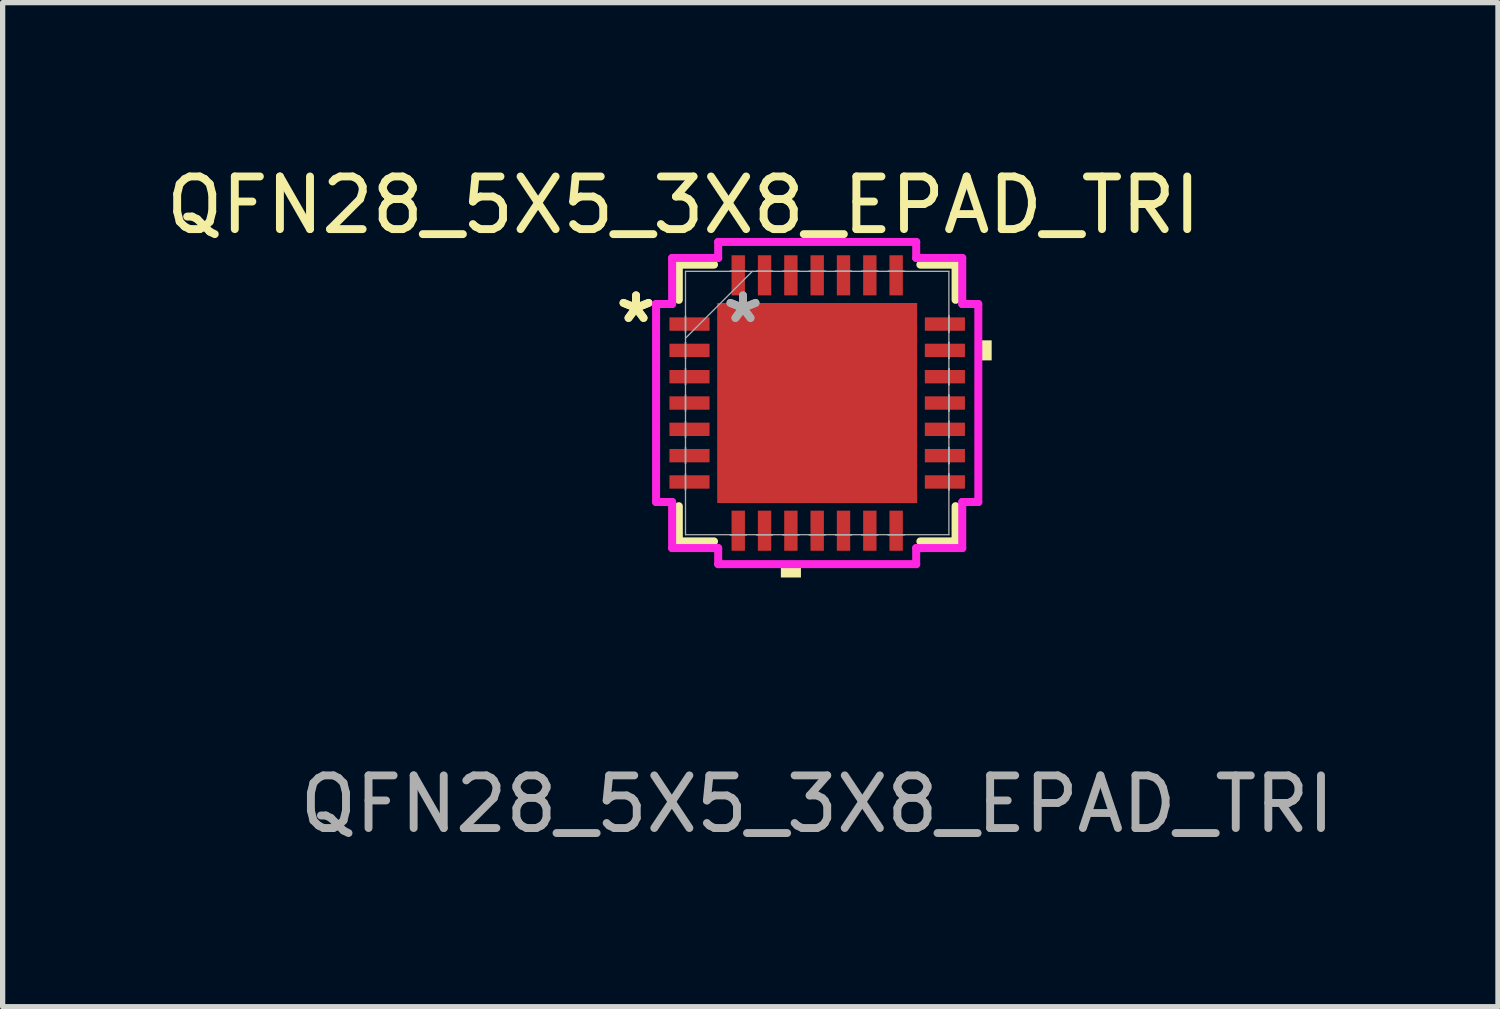
<source format=kicad_pcb>
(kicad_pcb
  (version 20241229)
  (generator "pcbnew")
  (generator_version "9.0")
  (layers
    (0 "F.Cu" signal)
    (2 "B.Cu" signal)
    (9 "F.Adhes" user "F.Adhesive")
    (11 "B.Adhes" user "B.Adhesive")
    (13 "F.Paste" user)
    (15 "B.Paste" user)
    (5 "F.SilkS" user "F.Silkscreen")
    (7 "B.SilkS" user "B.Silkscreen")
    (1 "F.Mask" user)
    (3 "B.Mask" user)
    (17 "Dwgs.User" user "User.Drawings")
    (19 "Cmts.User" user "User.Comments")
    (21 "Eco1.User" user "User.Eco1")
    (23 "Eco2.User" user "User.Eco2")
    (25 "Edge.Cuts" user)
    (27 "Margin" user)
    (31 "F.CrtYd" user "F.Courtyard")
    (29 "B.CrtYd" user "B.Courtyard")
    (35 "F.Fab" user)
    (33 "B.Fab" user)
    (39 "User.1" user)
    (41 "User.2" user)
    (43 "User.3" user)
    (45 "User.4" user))
  (footprint "QFN28_5X5_3X8_EPAD_TRI"
    (layer "F.Cu")
    (at 12.476 4.607)
    (property "Reference" "QFN28_5X5_3X8_EPAD_TRI" (at -2.541 -3.759 0) (unlocked yes) (layer "F.SilkS") (effects (font (size 1 1) (thickness 0.15))))
    (attr smd)
    (fp_line (start -2.629 -2.629) (end -2.629 -1.96) (stroke (width 0.152) (type solid)) (layer "F.SilkS"))
    (fp_line (start -2.629 1.96) (end -2.629 2.629) (stroke (width 0.152) (type solid)) (layer "F.SilkS"))
    (fp_line (start -2.629 2.629) (end -1.96 2.629) (stroke (width 0.152) (type solid)) (layer "F.SilkS"))
    (fp_line (start -1.96 -2.629) (end -2.629 -2.629) (stroke (width 0.152) (type solid)) (layer "F.SilkS"))
    (fp_line (start 1.96 2.629) (end 2.629 2.629) (stroke (width 0.152) (type solid)) (layer "F.SilkS"))
    (fp_line (start 2.629 -2.629) (end 1.96 -2.629) (stroke (width 0.152) (type solid)) (layer "F.SilkS"))
    (fp_line (start 2.629 -1.96) (end 2.629 -2.629) (stroke (width 0.152) (type solid)) (layer "F.SilkS"))
    (fp_line (start 2.629 2.629) (end 2.629 1.96) (stroke (width 0.152) (type solid)) (layer "F.SilkS"))
    (fp_poly (pts (xy -0.69 3.061) (xy -0.69 3.315) (xy -0.309 3.315) (xy -0.309 3.061)) (stroke (width 0) (type solid)) (fill yes) (layer "F.SilkS"))
    (fp_poly (pts (xy 3.315 -1.191) (xy 3.315 -0.81) (xy 3.061 -0.81) (xy 3.061 -1.191)) (stroke (width 0) (type solid)) (fill yes) (layer "F.SilkS"))
    (fp_line (start -3.061 -1.881) (end -2.756 -1.881) (stroke (width 0.152) (type solid)) (layer "F.CrtYd"))
    (fp_line (start -3.061 1.881) (end -3.061 -1.881) (stroke (width 0.152) (type solid)) (layer "F.CrtYd"))
    (fp_line (start -2.756 -2.756) (end -1.881 -2.756) (stroke (width 0.152) (type solid)) (layer "F.CrtYd"))
    (fp_line (start -2.756 -1.881) (end -2.756 -2.756) (stroke (width 0.152) (type solid)) (layer "F.CrtYd"))
    (fp_line (start -2.756 1.881) (end -3.061 1.881) (stroke (width 0.152) (type solid)) (layer "F.CrtYd"))
    (fp_line (start -2.756 2.756) (end -2.756 1.881) (stroke (width 0.152) (type solid)) (layer "F.CrtYd"))
    (fp_line (start -1.881 -3.061) (end 1.881 -3.061) (stroke (width 0.152) (type solid)) (layer "F.CrtYd"))
    (fp_line (start -1.881 -2.756) (end -1.881 -3.061) (stroke (width 0.152) (type solid)) (layer "F.CrtYd"))
    (fp_line (start -1.881 2.756) (end -2.756 2.756) (stroke (width 0.152) (type solid)) (layer "F.CrtYd"))
    (fp_line (start -1.881 3.061) (end -1.881 2.756) (stroke (width 0.152) (type solid)) (layer "F.CrtYd"))
    (fp_line (start 1.881 -3.061) (end 1.881 -2.756) (stroke (width 0.152) (type solid)) (layer "F.CrtYd"))
    (fp_line (start 1.881 -2.756) (end 2.756 -2.756) (stroke (width 0.152) (type solid)) (layer "F.CrtYd"))
    (fp_line (start 1.881 2.756) (end 1.881 3.061) (stroke (width 0.152) (type solid)) (layer "F.CrtYd"))
    (fp_line (start 1.881 3.061) (end -1.881 3.061) (stroke (width 0.152) (type solid)) (layer "F.CrtYd"))
    (fp_line (start 2.756 -2.756) (end 2.756 -1.881) (stroke (width 0.152) (type solid)) (layer "F.CrtYd"))
    (fp_line (start 2.756 -1.881) (end 3.061 -1.881) (stroke (width 0.152) (type solid)) (layer "F.CrtYd"))
    (fp_line (start 2.756 1.881) (end 2.756 2.756) (stroke (width 0.152) (type solid)) (layer "F.CrtYd"))
    (fp_line (start 2.756 2.756) (end 1.881 2.756) (stroke (width 0.152) (type solid)) (layer "F.CrtYd"))
    (fp_line (start 3.061 -1.881) (end 3.061 1.881) (stroke (width 0.152) (type solid)) (layer "F.CrtYd"))
    (fp_line (start 3.061 1.881) (end 2.756 1.881) (stroke (width 0.152) (type solid)) (layer "F.CrtYd"))
    (fp_line (start -2.502 -2.502) (end -2.502 2.502) (stroke (width 0.025) (type solid)) (layer "F.Fab"))
    (fp_line (start -2.502 -1.652) (end -2.502 -1.652) (stroke (width 0.025) (type solid)) (layer "F.Fab"))
    (fp_line (start -2.502 -1.652) (end -2.502 -1.348) (stroke (width 0.025) (type solid)) (layer "F.Fab"))
    (fp_line (start -2.502 -1.348) (end -2.502 -1.652) (stroke (width 0.025) (type solid)) (layer "F.Fab"))
    (fp_line (start -2.502 -1.348) (end -2.502 -1.348) (stroke (width 0.025) (type solid)) (layer "F.Fab"))
    (fp_line (start -2.502 -1.232) (end -1.232 -2.502) (stroke (width 0.025) (type solid)) (layer "F.Fab"))
    (fp_line (start -2.502 -1.152) (end -2.502 -1.152) (stroke (width 0.025) (type solid)) (layer "F.Fab"))
    (fp_line (start -2.502 -1.152) (end -2.502 -0.848) (stroke (width 0.025) (type solid)) (layer "F.Fab"))
    (fp_line (start -2.502 -0.848) (end -2.502 -1.152) (stroke (width 0.025) (type solid)) (layer "F.Fab"))
    (fp_line (start -2.502 -0.848) (end -2.502 -0.848) (stroke (width 0.025) (type solid)) (layer "F.Fab"))
    (fp_line (start -2.502 -0.652) (end -2.502 -0.652) (stroke (width 0.025) (type solid)) (layer "F.Fab"))
    (fp_line (start -2.502 -0.652) (end -2.502 -0.348) (stroke (width 0.025) (type solid)) (layer "F.Fab"))
    (fp_line (start -2.502 -0.348) (end -2.502 -0.652) (stroke (width 0.025) (type solid)) (layer "F.Fab"))
    (fp_line (start -2.502 -0.348) (end -2.502 -0.348) (stroke (width 0.025) (type solid)) (layer "F.Fab"))
    (fp_line (start -2.502 -0.152) (end -2.502 -0.152) (stroke (width 0.025) (type solid)) (layer "F.Fab"))
    (fp_line (start -2.502 -0.152) (end -2.502 0.152) (stroke (width 0.025) (type solid)) (layer "F.Fab"))
    (fp_line (start -2.502 0.152) (end -2.502 -0.152) (stroke (width 0.025) (type solid)) (layer "F.Fab"))
    (fp_line (start -2.502 0.152) (end -2.502 0.152) (stroke (width 0.025) (type solid)) (layer "F.Fab"))
    (fp_line (start -2.502 0.348) (end -2.502 0.348) (stroke (width 0.025) (type solid)) (layer "F.Fab"))
    (fp_line (start -2.502 0.348) (end -2.502 0.652) (stroke (width 0.025) (type solid)) (layer "F.Fab"))
    (fp_line (start -2.502 0.652) (end -2.502 0.348) (stroke (width 0.025) (type solid)) (layer "F.Fab"))
    (fp_line (start -2.502 0.652) (end -2.502 0.652) (stroke (width 0.025) (type solid)) (layer "F.Fab"))
    (fp_line (start -2.502 0.848) (end -2.502 0.848) (stroke (width 0.025) (type solid)) (layer "F.Fab"))
    (fp_line (start -2.502 0.848) (end -2.502 1.152) (stroke (width 0.025) (type solid)) (layer "F.Fab"))
    (fp_line (start -2.502 1.152) (end -2.502 0.848) (stroke (width 0.025) (type solid)) (layer "F.Fab"))
    (fp_line (start -2.502 1.152) (end -2.502 1.152) (stroke (width 0.025) (type solid)) (layer "F.Fab"))
    (fp_line (start -2.502 1.348) (end -2.502 1.348) (stroke (width 0.025) (type solid)) (layer "F.Fab"))
    (fp_line (start -2.502 1.348) (end -2.502 1.652) (stroke (width 0.025) (type solid)) (layer "F.Fab"))
    (fp_line (start -2.502 1.652) (end -2.502 1.348) (stroke (width 0.025) (type solid)) (layer "F.Fab"))
    (fp_line (start -2.502 1.652) (end -2.502 1.652) (stroke (width 0.025) (type solid)) (layer "F.Fab"))
    (fp_line (start -2.502 2.502) (end 2.502 2.502) (stroke (width 0.025) (type solid)) (layer "F.Fab"))
    (fp_line (start -1.652 -2.502) (end -1.652 -2.502) (stroke (width 0.025) (type solid)) (layer "F.Fab"))
    (fp_line (start -1.652 -2.502) (end -1.348 -2.502) (stroke (width 0.025) (type solid)) (layer "F.Fab"))
    (fp_line (start -1.652 2.502) (end -1.652 2.502) (stroke (width 0.025) (type solid)) (layer "F.Fab"))
    (fp_line (start -1.652 2.502) (end -1.348 2.502) (stroke (width 0.025) (type solid)) (layer "F.Fab"))
    (fp_line (start -1.348 -2.502) (end -1.652 -2.502) (stroke (width 0.025) (type solid)) (layer "F.Fab"))
    (fp_line (start -1.348 -2.502) (end -1.348 -2.502) (stroke (width 0.025) (type solid)) (layer "F.Fab"))
    (fp_line (start -1.348 2.502) (end -1.652 2.502) (stroke (width 0.025) (type solid)) (layer "F.Fab"))
    (fp_line (start -1.348 2.502) (end -1.348 2.502) (stroke (width 0.025) (type solid)) (layer "F.Fab"))
    (fp_line (start -1.152 -2.502) (end -1.152 -2.502) (stroke (width 0.025) (type solid)) (layer "F.Fab"))
    (fp_line (start -1.152 -2.502) (end -0.848 -2.502) (stroke (width 0.025) (type solid)) (layer "F.Fab"))
    (fp_line (start -1.152 2.502) (end -1.152 2.502) (stroke (width 0.025) (type solid)) (layer "F.Fab"))
    (fp_line (start -1.152 2.502) (end -0.848 2.502) (stroke (width 0.025) (type solid)) (layer "F.Fab"))
    (fp_line (start -0.848 -2.502) (end -1.152 -2.502) (stroke (width 0.025) (type solid)) (layer "F.Fab"))
    (fp_line (start -0.848 -2.502) (end -0.848 -2.502) (stroke (width 0.025) (type solid)) (layer "F.Fab"))
    (fp_line (start -0.848 2.502) (end -1.152 2.502) (stroke (width 0.025) (type solid)) (layer "F.Fab"))
    (fp_line (start -0.848 2.502) (end -0.848 2.502) (stroke (width 0.025) (type solid)) (layer "F.Fab"))
    (fp_line (start -0.652 -2.502) (end -0.652 -2.502) (stroke (width 0.025) (type solid)) (layer "F.Fab"))
    (fp_line (start -0.652 -2.502) (end -0.348 -2.502) (stroke (width 0.025) (type solid)) (layer "F.Fab"))
    (fp_line (start -0.652 2.502) (end -0.652 2.502) (stroke (width 0.025) (type solid)) (layer "F.Fab"))
    (fp_line (start -0.652 2.502) (end -0.348 2.502) (stroke (width 0.025) (type solid)) (layer "F.Fab"))
    (fp_line (start -0.348 -2.502) (end -0.652 -2.502) (stroke (width 0.025) (type solid)) (layer "F.Fab"))
    (fp_line (start -0.348 -2.502) (end -0.348 -2.502) (stroke (width 0.025) (type solid)) (layer "F.Fab"))
    (fp_line (start -0.348 2.502) (end -0.652 2.502) (stroke (width 0.025) (type solid)) (layer "F.Fab"))
    (fp_line (start -0.348 2.502) (end -0.348 2.502) (stroke (width 0.025) (type solid)) (layer "F.Fab"))
    (fp_line (start -0.152 -2.502) (end -0.152 -2.502) (stroke (width 0.025) (type solid)) (layer "F.Fab"))
    (fp_line (start -0.152 -2.502) (end 0.152 -2.502) (stroke (width 0.025) (type solid)) (layer "F.Fab"))
    (fp_line (start -0.152 2.502) (end -0.152 2.502) (stroke (width 0.025) (type solid)) (layer "F.Fab"))
    (fp_line (start -0.152 2.502) (end 0.152 2.502) (stroke (width 0.025) (type solid)) (layer "F.Fab"))
    (fp_line (start 0.152 -2.502) (end -0.152 -2.502) (stroke (width 0.025) (type solid)) (layer "F.Fab"))
    (fp_line (start 0.152 -2.502) (end 0.152 -2.502) (stroke (width 0.025) (type solid)) (layer "F.Fab"))
    (fp_line (start 0.152 2.502) (end -0.152 2.502) (stroke (width 0.025) (type solid)) (layer "F.Fab"))
    (fp_line (start 0.152 2.502) (end 0.152 2.502) (stroke (width 0.025) (type solid)) (layer "F.Fab"))
    (fp_line (start 0.348 -2.502) (end 0.348 -2.502) (stroke (width 0.025) (type solid)) (layer "F.Fab"))
    (fp_line (start 0.348 -2.502) (end 0.652 -2.502) (stroke (width 0.025) (type solid)) (layer "F.Fab"))
    (fp_line (start 0.348 2.502) (end 0.348 2.502) (stroke (width 0.025) (type solid)) (layer "F.Fab"))
    (fp_line (start 0.348 2.502) (end 0.652 2.502) (stroke (width 0.025) (type solid)) (layer "F.Fab"))
    (fp_line (start 0.652 -2.502) (end 0.348 -2.502) (stroke (width 0.025) (type solid)) (layer "F.Fab"))
    (fp_line (start 0.652 -2.502) (end 0.652 -2.502) (stroke (width 0.025) (type solid)) (layer "F.Fab"))
    (fp_line (start 0.652 2.502) (end 0.348 2.502) (stroke (width 0.025) (type solid)) (layer "F.Fab"))
    (fp_line (start 0.652 2.502) (end 0.652 2.502) (stroke (width 0.025) (type solid)) (layer "F.Fab"))
    (fp_line (start 0.848 -2.502) (end 0.848 -2.502) (stroke (width 0.025) (type solid)) (layer "F.Fab"))
    (fp_line (start 0.848 -2.502) (end 1.152 -2.502) (stroke (width 0.025) (type solid)) (layer "F.Fab"))
    (fp_line (start 0.848 2.502) (end 0.848 2.502) (stroke (width 0.025) (type solid)) (layer "F.Fab"))
    (fp_line (start 0.848 2.502) (end 1.152 2.502) (stroke (width 0.025) (type solid)) (layer "F.Fab"))
    (fp_line (start 1.152 -2.502) (end 0.848 -2.502) (stroke (width 0.025) (type solid)) (layer "F.Fab"))
    (fp_line (start 1.152 -2.502) (end 1.152 -2.502) (stroke (width 0.025) (type solid)) (layer "F.Fab"))
    (fp_line (start 1.152 2.502) (end 0.848 2.502) (stroke (width 0.025) (type solid)) (layer "F.Fab"))
    (fp_line (start 1.152 2.502) (end 1.152 2.502) (stroke (width 0.025) (type solid)) (layer "F.Fab"))
    (fp_line (start 1.348 -2.502) (end 1.348 -2.502) (stroke (width 0.025) (type solid)) (layer "F.Fab"))
    (fp_line (start 1.348 -2.502) (end 1.652 -2.502) (stroke (width 0.025) (type solid)) (layer "F.Fab"))
    (fp_line (start 1.348 2.502) (end 1.348 2.502) (stroke (width 0.025) (type solid)) (layer "F.Fab"))
    (fp_line (start 1.348 2.502) (end 1.652 2.502) (stroke (width 0.025) (type solid)) (layer "F.Fab"))
    (fp_line (start 1.652 -2.502) (end 1.348 -2.502) (stroke (width 0.025) (type solid)) (layer "F.Fab"))
    (fp_line (start 1.652 -2.502) (end 1.652 -2.502) (stroke (width 0.025) (type solid)) (layer "F.Fab"))
    (fp_line (start 1.652 2.502) (end 1.348 2.502) (stroke (width 0.025) (type solid)) (layer "F.Fab"))
    (fp_line (start 1.652 2.502) (end 1.652 2.502) (stroke (width 0.025) (type solid)) (layer "F.Fab"))
    (fp_line (start 2.502 -2.502) (end -2.502 -2.502) (stroke (width 0.025) (type solid)) (layer "F.Fab"))
    (fp_line (start 2.502 -1.652) (end 2.502 -1.652) (stroke (width 0.025) (type solid)) (layer "F.Fab"))
    (fp_line (start 2.502 -1.652) (end 2.502 -1.348) (stroke (width 0.025) (type solid)) (layer "F.Fab"))
    (fp_line (start 2.502 -1.348) (end 2.502 -1.652) (stroke (width 0.025) (type solid)) (layer "F.Fab"))
    (fp_line (start 2.502 -1.348) (end 2.502 -1.348) (stroke (width 0.025) (type solid)) (layer "F.Fab"))
    (fp_line (start 2.502 -1.152) (end 2.502 -1.152) (stroke (width 0.025) (type solid)) (layer "F.Fab"))
    (fp_line (start 2.502 -1.152) (end 2.502 -0.848) (stroke (width 0.025) (type solid)) (layer "F.Fab"))
    (fp_line (start 2.502 -0.848) (end 2.502 -1.152) (stroke (width 0.025) (type solid)) (layer "F.Fab"))
    (fp_line (start 2.502 -0.848) (end 2.502 -0.848) (stroke (width 0.025) (type solid)) (layer "F.Fab"))
    (fp_line (start 2.502 -0.652) (end 2.502 -0.652) (stroke (width 0.025) (type solid)) (layer "F.Fab"))
    (fp_line (start 2.502 -0.652) (end 2.502 -0.348) (stroke (width 0.025) (type solid)) (layer "F.Fab"))
    (fp_line (start 2.502 -0.348) (end 2.502 -0.652) (stroke (width 0.025) (type solid)) (layer "F.Fab"))
    (fp_line (start 2.502 -0.348) (end 2.502 -0.348) (stroke (width 0.025) (type solid)) (layer "F.Fab"))
    (fp_line (start 2.502 -0.152) (end 2.502 -0.152) (stroke (width 0.025) (type solid)) (layer "F.Fab"))
    (fp_line (start 2.502 -0.152) (end 2.502 0.152) (stroke (width 0.025) (type solid)) (layer "F.Fab"))
    (fp_line (start 2.502 0.152) (end 2.502 -0.152) (stroke (width 0.025) (type solid)) (layer "F.Fab"))
    (fp_line (start 2.502 0.152) (end 2.502 0.152) (stroke (width 0.025) (type solid)) (layer "F.Fab"))
    (fp_line (start 2.502 0.348) (end 2.502 0.348) (stroke (width 0.025) (type solid)) (layer "F.Fab"))
    (fp_line (start 2.502 0.348) (end 2.502 0.652) (stroke (width 0.025) (type solid)) (layer "F.Fab"))
    (fp_line (start 2.502 0.652) (end 2.502 0.348) (stroke (width 0.025) (type solid)) (layer "F.Fab"))
    (fp_line (start 2.502 0.652) (end 2.502 0.652) (stroke (width 0.025) (type solid)) (layer "F.Fab"))
    (fp_line (start 2.502 0.848) (end 2.502 0.848) (stroke (width 0.025) (type solid)) (layer "F.Fab"))
    (fp_line (start 2.502 0.848) (end 2.502 1.152) (stroke (width 0.025) (type solid)) (layer "F.Fab"))
    (fp_line (start 2.502 1.152) (end 2.502 0.848) (stroke (width 0.025) (type solid)) (layer "F.Fab"))
    (fp_line (start 2.502 1.152) (end 2.502 1.152) (stroke (width 0.025) (type solid)) (layer "F.Fab"))
    (fp_line (start 2.502 1.348) (end 2.502 1.348) (stroke (width 0.025) (type solid)) (layer "F.Fab"))
    (fp_line (start 2.502 1.348) (end 2.502 1.652) (stroke (width 0.025) (type solid)) (layer "F.Fab"))
    (fp_line (start 2.502 1.652) (end 2.502 1.348) (stroke (width 0.025) (type solid)) (layer "F.Fab"))
    (fp_line (start 2.502 1.652) (end 2.502 1.652) (stroke (width 0.025) (type solid)) (layer "F.Fab"))
    (fp_line (start 2.502 2.502) (end 2.502 -2.502) (stroke (width 0.025) (type solid)) (layer "F.Fab"))
    (fp_text user "*" (at -3.442 -1.5 0) (layer "F.SilkS") (effects (font (size 1 1) (thickness 0.15))))
    (fp_text user "*" (at -3.442 -1.5 0) (unlocked yes) (layer "F.SilkS") (effects (font (size 1 1) (thickness 0.15))))
    (fp_text user "${REFERENCE}" (at 0 7.62 0) (unlocked yes) (layer "F.Fab") (effects (font (size 1 1) (thickness 0.15))))
    (fp_text user "*" (at -1.41 -1.5 0) (unlocked yes) (layer "F.Fab") (effects (font (size 1 1) (thickness 0.15))))
    (fp_text user "*" (at -1.41 -1.5 0) (layer "F.Fab") (effects (font (size 1 1) (thickness 0.15))))
    (pad "1" smd rect (at -2.426 -1.5 90) (size 0.254 0.762) (layers "F.Cu" "F.Mask" "F.Paste"))
    (pad "2" smd rect (at -2.426 -1 90) (size 0.254 0.762) (layers "F.Cu" "F.Mask" "F.Paste"))
    (pad "3" smd rect (at -2.426 -0.5 90) (size 0.254 0.762) (layers "F.Cu" "F.Mask" "F.Paste"))
    (pad "4" smd rect (at -2.426 0 90) (size 0.254 0.762) (layers "F.Cu" "F.Mask" "F.Paste"))
    (pad "5" smd rect (at -2.426 0.5 90) (size 0.254 0.762) (layers "F.Cu" "F.Mask" "F.Paste"))
    (pad "6" smd rect (at -2.426 1 90) (size 0.254 0.762) (layers "F.Cu" "F.Mask" "F.Paste"))
    (pad "7" smd rect (at -2.426 1.5 90) (size 0.254 0.762) (layers "F.Cu" "F.Mask" "F.Paste"))
    (pad "8" smd rect (at -1.5 2.426) (size 0.254 0.762) (layers "F.Cu" "F.Mask" "F.Paste"))
    (pad "9" smd rect (at -1 2.426) (size 0.254 0.762) (layers "F.Cu" "F.Mask" "F.Paste"))
    (pad "10" smd rect (at -0.5 2.426) (size 0.254 0.762) (layers "F.Cu" "F.Mask" "F.Paste"))
    (pad "11" smd rect (at 0 2.426) (size 0.254 0.762) (layers "F.Cu" "F.Mask" "F.Paste"))
    (pad "12" smd rect (at 0.5 2.426) (size 0.254 0.762) (layers "F.Cu" "F.Mask" "F.Paste"))
    (pad "13" smd rect (at 1 2.426) (size 0.254 0.762) (layers "F.Cu" "F.Mask" "F.Paste"))
    (pad "14" smd rect (at 1.5 2.426) (size 0.254 0.762) (layers "F.Cu" "F.Mask" "F.Paste"))
    (pad "15" smd rect (at 2.426 1.5 90) (size 0.254 0.762) (layers "F.Cu" "F.Mask" "F.Paste"))
    (pad "16" smd rect (at 2.426 1 90) (size 0.254 0.762) (layers "F.Cu" "F.Mask" "F.Paste"))
    (pad "17" smd rect (at 2.426 0.5 90) (size 0.254 0.762) (layers "F.Cu" "F.Mask" "F.Paste"))
    (pad "18" smd rect (at 2.426 0 90) (size 0.254 0.762) (layers "F.Cu" "F.Mask" "F.Paste"))
    (pad "19" smd rect (at 2.426 -0.5 90) (size 0.254 0.762) (layers "F.Cu" "F.Mask" "F.Paste"))
    (pad "20" smd rect (at 2.426 -1 90) (size 0.254 0.762) (layers "F.Cu" "F.Mask" "F.Paste"))
    (pad "21" smd rect (at 2.426 -1.5 90) (size 0.254 0.762) (layers "F.Cu" "F.Mask" "F.Paste"))
    (pad "22" smd rect (at 1.5 -2.426) (size 0.254 0.762) (layers "F.Cu" "F.Mask" "F.Paste"))
    (pad "23" smd rect (at 1 -2.426) (size 0.254 0.762) (layers "F.Cu" "F.Mask" "F.Paste"))
    (pad "24" smd rect (at 0.5 -2.426) (size 0.254 0.762) (layers "F.Cu" "F.Mask" "F.Paste"))
    (pad "25" smd rect (at 0 -2.426) (size 0.254 0.762) (layers "F.Cu" "F.Mask" "F.Paste"))
    (pad "26" smd rect (at -0.5 -2.426) (size 0.254 0.762) (layers "F.Cu" "F.Mask" "F.Paste"))
    (pad "27" smd rect (at -1 -2.426) (size 0.254 0.762) (layers "F.Cu" "F.Mask" "F.Paste"))
    (pad "28" smd rect (at -1.5 -2.426) (size 0.254 0.762) (layers "F.Cu" "F.Mask" "F.Paste"))
    (pad "29" smd rect (at 0 0) (size 3.8 3.8) (layers "F.Cu" "F.Mask" "F.Paste")))
  (gr_rect
    (start -3 -3)
    (end 25.41 16.076)
    (stroke (width 0.1) (type default))
    (fill no)
    (layer "Edge.Cuts")))
</source>
